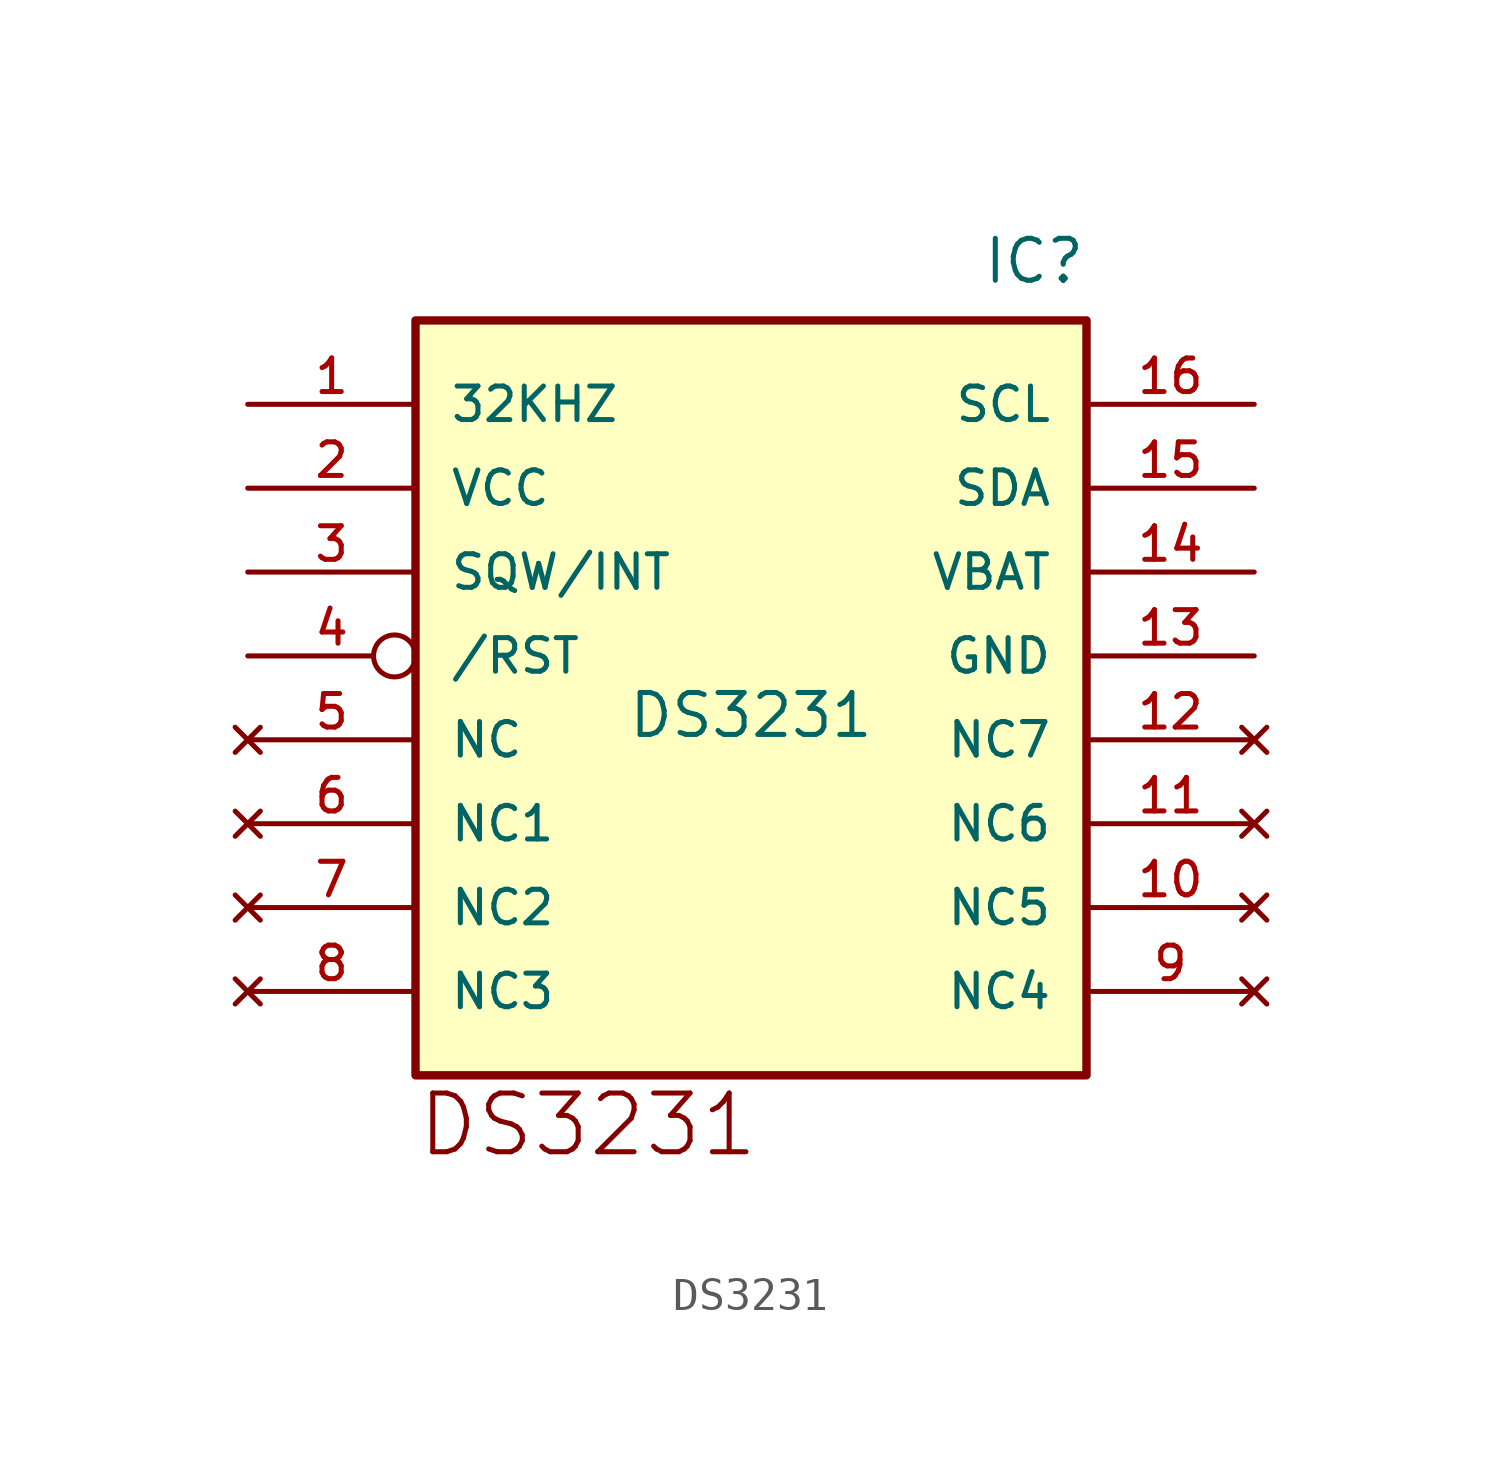
<source format=kicad_sym>
(kicad_symbol_lib
  (version 20211014)
  (generator kicad_symbol_editor)
  (symbol "DS3231"
    (pin_names
      (offset 1.016))
    (property "Reference" "IC"
      (at 10.16 15.24 0.0)
      (effects (font (size 1.27 1.27)) (justify top right)))
    (property "Value" "DS3231"
      (at 0 0.0 0)
      (effects (font (size 1.27 1.27)) (justify bottom)))
    (symbol "DS3231_0_0"
      (text "DS3231" (at -10.16 -12.7 0) (effects (font (size 1.778 1.778)) (justify bottom left)))
      (rectangle (start -10.16 -10.16) (end 10.16 12.7) (stroke (width 0.254)) (fill (type background)))
      (pin bidirectional line (at 15.24 10.16 180.0) (length 5.08) (name "SCL" (effects (font (size 1.016 1.016)))) (number "16" (effects (font (size 1.016 1.016)))))
      (pin bidirectional line (at 15.24 7.62 180.0) (length 5.08) (name "SDA" (effects (font (size 1.016 1.016)))) (number "15" (effects (font (size 1.016 1.016)))))
      (pin passive inverted (at -15.24 2.54 0) (length 5.08) (name "/RST" (effects (font (size 1.016 1.016)))) (number "4" (effects (font (size 1.016 1.016)))))
      (pin power_in line (at 15.24 5.08 180.0) (length 5.08) (name "VBAT" (effects (font (size 1.016 1.016)))) (number "14" (effects (font (size 1.016 1.016)))))
      (pin output line (at -15.24 10.16 0) (length 5.08) (name "32KHZ" (effects (font (size 1.016 1.016)))) (number "1" (effects (font (size 1.016 1.016)))))
      (pin output line (at -15.24 5.08 0) (length 5.08) (name "SQW/INT" (effects (font (size 1.016 1.016)))) (number "3" (effects (font (size 1.016 1.016)))))
      (pin power_in line (at -15.24 7.62 0) (length 5.08) (name "VCC" (effects (font (size 1.016 1.016)))) (number "2" (effects (font (size 1.016 1.016)))))
      (pin power_in line (at 15.24 2.54 180.0) (length 5.08) (name "GND" (effects (font (size 1.016 1.016)))) (number "13" (effects (font (size 1.016 1.016)))))
      (pin no_connect line (at -15.24 0.0 0) (length 5.08) (name "NC" (effects (font (size 1.016 1.016)))) (number "5" (effects (font (size 1.016 1.016)))))
      (pin no_connect line (at -15.24 -2.54 0) (length 5.08) (name "NC1" (effects (font (size 1.016 1.016)))) (number "6" (effects (font (size 1.016 1.016)))))
      (pin no_connect line (at -15.24 -5.08 0) (length 5.08) (name "NC2" (effects (font (size 1.016 1.016)))) (number "7" (effects (font (size 1.016 1.016)))))
      (pin no_connect line (at -15.24 -7.62 0) (length 5.08) (name "NC3" (effects (font (size 1.016 1.016)))) (number "8" (effects (font (size 1.016 1.016)))))
      (pin no_connect line (at 15.24 -7.62 180.0) (length 5.08) (name "NC4" (effects (font (size 1.016 1.016)))) (number "9" (effects (font (size 1.016 1.016)))))
      (pin no_connect line (at 15.24 -5.08 180.0) (length 5.08) (name "NC5" (effects (font (size 1.016 1.016)))) (number "10" (effects (font (size 1.016 1.016)))))
      (pin no_connect line (at 15.24 -2.54 180.0) (length 5.08) (name "NC6" (effects (font (size 1.016 1.016)))) (number "11" (effects (font (size 1.016 1.016)))))
      (pin no_connect line (at 15.24 0.0 180.0) (length 5.08) (name "NC7" (effects (font (size 1.016 1.016)))) (number "12" (effects (font (size 1.016 1.016))))))))
</source>
